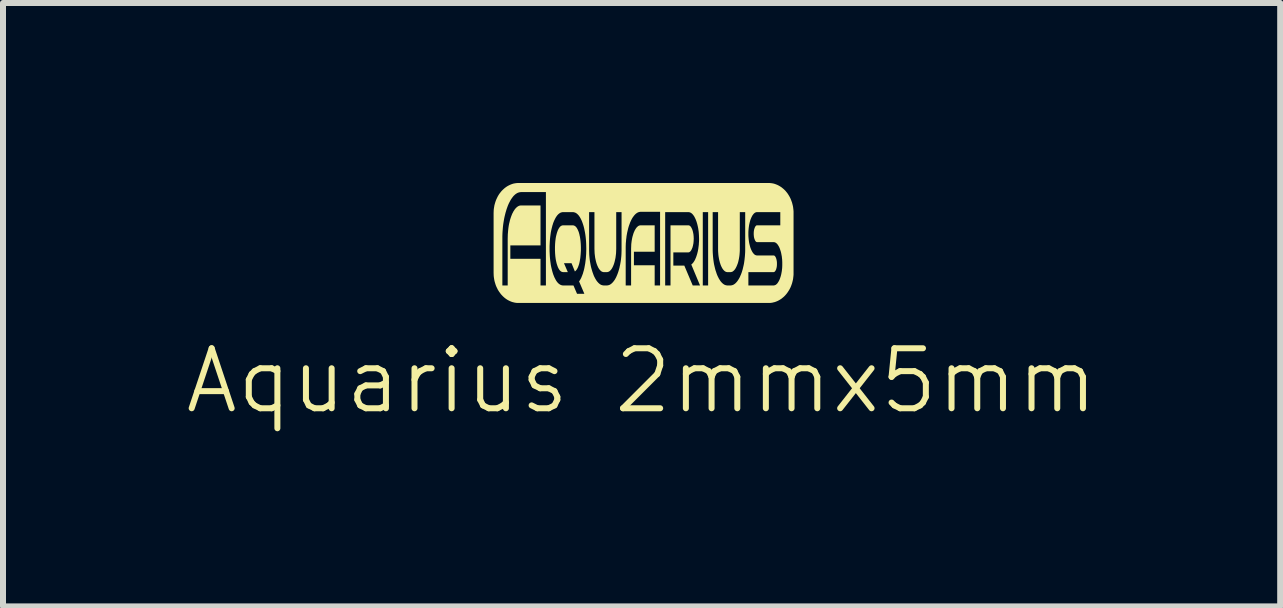
<source format=kicad_pcb>
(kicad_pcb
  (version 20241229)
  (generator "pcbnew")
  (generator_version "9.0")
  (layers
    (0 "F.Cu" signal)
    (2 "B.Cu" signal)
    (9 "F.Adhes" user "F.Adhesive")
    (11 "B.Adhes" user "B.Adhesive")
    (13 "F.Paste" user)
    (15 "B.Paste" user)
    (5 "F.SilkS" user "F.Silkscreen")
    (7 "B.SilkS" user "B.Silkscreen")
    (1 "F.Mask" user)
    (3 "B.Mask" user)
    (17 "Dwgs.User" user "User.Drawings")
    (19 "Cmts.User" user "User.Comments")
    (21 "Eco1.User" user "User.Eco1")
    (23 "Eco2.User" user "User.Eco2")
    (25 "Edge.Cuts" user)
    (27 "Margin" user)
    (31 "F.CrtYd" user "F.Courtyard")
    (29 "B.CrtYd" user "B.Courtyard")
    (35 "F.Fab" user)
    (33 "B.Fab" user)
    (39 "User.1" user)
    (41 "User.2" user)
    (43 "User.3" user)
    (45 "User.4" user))
  (footprint "Aquarius 2mmx5mm"
    (layer "F.Cu")
    (at 7.665 2.238)
    (property "Reference" "Aquarius 2mmx5mm" (at -0.02 1.06 0) (unlocked yes) (layer "F.SilkS") (effects (font (size 1 1) (thickness 0.1))))
    (fp_poly (pts (xy -1.164 -1.532) (xy -1.159 -1.531) (xy -1.154 -1.53) (xy -1.149 -1.529) (xy -1.144 -1.527) (xy -1.139 -1.525) (xy -1.134 -1.522) (xy -1.129 -1.519) (xy -1.125 -1.516) (xy -1.12 -1.512) (xy -1.116 -1.508) (xy -1.112 -1.503) (xy -1.107 -1.498) (xy -1.103 -1.492) (xy -1.099 -1.486) (xy -1.095 -1.48) (xy -1.092 -1.473) (xy -1.088 -1.466) (xy -1.084 -1.459) (xy -1.081 -1.452) (xy -1.078 -1.444) (xy -1.074 -1.436) (xy -1.071 -1.427) (xy -1.068 -1.419) (xy -1.065 -1.41) (xy -1.062 -1.4) (xy -1.06 -1.391) (xy -1.057 -1.381) (xy -1.055 -1.371) (xy -1.053 -1.361) (xy -1.05 -1.35) (xy -1.048 -1.339) (xy -1.044 -1.316) (xy -1.041 -1.293) (xy -1.038 -1.27) (xy -1.036 -1.246) (xy -1.034 -1.221) (xy -1.033 -1.196) (xy -1.032 -1.17) (xy -1.032 -1.143) (xy -1.032 -1.11) (xy -1.034 -1.077) (xy -1.036 -1.046) (xy -1.039 -1.015) (xy -1.042 -0.986) (xy -1.047 -0.957) (xy -1.052 -0.929) (xy -1.058 -0.902) (xy -1.061 -0.889) (xy -1.065 -0.877) (xy -1.069 -0.865) (xy -1.073 -0.854) (xy -1.077 -0.843) (xy -1.081 -0.833) (xy -1.085 -0.824) (xy -1.09 -0.815) (xy -1.094 -0.806) (xy -1.099 -0.799) (xy -1.104 -0.791) (xy -1.109 -0.785) (xy -1.115 -0.778) (xy -1.12 -0.773) (xy -1.126 -0.768) (xy -1.132 -0.763) (xy -1.188 -0.901) (xy -1.314 -0.901) (xy -1.25 -0.752) (xy -1.326 -0.752) (xy -1.331 -0.752) (xy -1.337 -0.753) (xy -1.342 -0.754) (xy -1.347 -0.756) (xy -1.352 -0.757) (xy -1.357 -0.76) (xy -1.361 -0.762) (xy -1.366 -0.766) (xy -1.371 -0.769) (xy -1.375 -0.773) (xy -1.38 -0.777) (xy -1.384 -0.782) (xy -1.388 -0.787) (xy -1.392 -0.793) (xy -1.396 -0.799) (xy -1.4 -0.806) (xy -1.404 -0.812) (xy -1.408 -0.819) (xy -1.411 -0.827) (xy -1.415 -0.834) (xy -1.418 -0.842) (xy -1.421 -0.851) (xy -1.424 -0.859) (xy -1.427 -0.868) (xy -1.43 -0.877) (xy -1.433 -0.886) (xy -1.436 -0.896) (xy -1.438 -0.906) (xy -1.441 -0.916) (xy -1.443 -0.926) (xy -1.448 -0.948) (xy -1.452 -0.97) (xy -1.455 -0.993) (xy -1.458 -1.017) (xy -1.46 -1.041) (xy -1.462 -1.066) (xy -1.463 -1.091) (xy -1.464 -1.117) (xy -1.464 -1.143) (xy -1.464 -1.17) (xy -1.463 -1.196) (xy -1.462 -1.221) (xy -1.46 -1.246) (xy -1.458 -1.27) (xy -1.455 -1.293) (xy -1.452 -1.316) (xy -1.448 -1.339) (xy -1.443 -1.361) (xy -1.438 -1.381) (xy -1.433 -1.4) (xy -1.427 -1.419) (xy -1.421 -1.436) (xy -1.418 -1.444) (xy -1.415 -1.452) (xy -1.411 -1.459) (xy -1.408 -1.466) (xy -1.404 -1.473) (xy -1.4 -1.48) (xy -1.396 -1.486) (xy -1.392 -1.492) (xy -1.388 -1.498) (xy -1.384 -1.503) (xy -1.38 -1.508) (xy -1.375 -1.512) (xy -1.371 -1.516) (xy -1.366 -1.519) (xy -1.361 -1.522) (xy -1.357 -1.525) (xy -1.352 -1.527) (xy -1.347 -1.529) (xy -1.344 -1.53) (xy -1.342 -1.53) (xy -1.339 -1.531) (xy -1.337 -1.531) (xy -1.331 -1.532) (xy -1.326 -1.532) (xy -1.17 -1.532)) (stroke (width -0.000001) (type solid)) (fill yes) (layer "F.SilkS"))
    (fp_poly (pts (xy 2.118 -2.237) (xy 2.139 -2.235) (xy 2.16 -2.232) (xy 2.18 -2.228) (xy 2.201 -2.222) (xy 2.22 -2.215) (xy 2.24 -2.207) (xy 2.259 -2.198) (xy 2.277 -2.188) (xy 2.295 -2.177) (xy 2.313 -2.165) (xy 2.329 -2.152) (xy 2.346 -2.138) (xy 2.362 -2.123) (xy 2.377 -2.108) (xy 2.391 -2.091) (xy 2.405 -2.074) (xy 2.418 -2.056) (xy 2.43 -2.037) (xy 2.442 -2.017) (xy 2.453 -1.997) (xy 2.463 -1.976) (xy 2.472 -1.954) (xy 2.48 -1.932) (xy 2.488 -1.91) (xy 2.494 -1.886) (xy 2.5 -1.863) (xy 2.505 -1.838) (xy 2.508 -1.814) (xy 2.511 -1.789) (xy 2.513 -1.763) (xy 2.513 -1.738) (xy 2.513 -0.738) (xy 2.513 -0.712) (xy 2.511 -0.687) (xy 2.508 -0.662) (xy 2.505 -0.637) (xy 2.5 -0.613) (xy 2.494 -0.589) (xy 2.488 -0.566) (xy 2.48 -0.543) (xy 2.472 -0.521) (xy 2.463 -0.499) (xy 2.453 -0.479) (xy 2.442 -0.458) (xy 2.43 -0.439) (xy 2.418 -0.42) (xy 2.405 -0.402) (xy 2.391 -0.384) (xy 2.377 -0.368) (xy 2.362 -0.352) (xy 2.346 -0.337) (xy 2.329 -0.323) (xy 2.313 -0.31) (xy 2.295 -0.298) (xy 2.277 -0.287) (xy 2.259 -0.277) (xy 2.24 -0.268) (xy 2.22 -0.26) (xy 2.201 -0.253) (xy 2.18 -0.248) (xy 2.16 -0.243) (xy 2.139 -0.24) (xy 2.118 -0.238) (xy 2.097 -0.238) (xy -2.07 -0.238) (xy -2.092 -0.238) (xy -2.113 -0.24) (xy -2.133 -0.243) (xy -2.154 -0.248) (xy -2.174 -0.253) (xy -2.194 -0.26) (xy -2.213 -0.268) (xy -2.232 -0.277) (xy -2.251 -0.287) (xy -2.269 -0.298) (xy -2.286 -0.31) (xy -2.303 -0.323) (xy -2.319 -0.337) (xy -2.335 -0.352) (xy -2.35 -0.368) (xy -2.365 -0.384) (xy -2.378 -0.402) (xy -2.392 -0.42) (xy -2.404 -0.439) (xy -2.416 -0.458) (xy -2.426 -0.479) (xy -2.436 -0.499) (xy -2.446 -0.521) (xy -2.454 -0.543) (xy -2.461 -0.566) (xy -2.468 -0.589) (xy -2.474 -0.613) (xy -2.478 -0.637) (xy -2.482 -0.662) (xy -2.485 -0.687) (xy -2.486 -0.712) (xy -2.487 -0.738) (xy -2.487 -1.308) (xy -2.341 -1.308) (xy -2.341 -0.53) (xy -2.252 -0.53) (xy -2.252 -1.308) (xy -2.251 -1.346) (xy -2.25 -1.383) (xy -2.247 -1.419) (xy -2.244 -1.454) (xy -2.24 -1.489) (xy -2.235 -1.523) (xy -2.229 -1.556) (xy -2.221 -1.588) (xy -2.214 -1.619) (xy -2.205 -1.648) (xy -2.196 -1.675) (xy -2.186 -1.701) (xy -2.181 -1.714) (xy -2.176 -1.726) (xy -2.17 -1.737) (xy -2.164 -1.748) (xy -2.159 -1.759) (xy -2.153 -1.769) (xy -2.146 -1.779) (xy -2.14 -1.789) (xy -2.134 -1.798) (xy -2.127 -1.806) (xy -2.121 -1.814) (xy -2.114 -1.821) (xy -2.107 -1.828) (xy -2.1 -1.834) (xy -2.093 -1.84) (xy -2.086 -1.845) (xy -2.079 -1.849) (xy -2.072 -1.853) (xy -2.065 -1.856) (xy -2.058 -1.859) (xy -2.05 -1.861) (xy -2.043 -1.862) (xy -2.035 -1.863) (xy -2.028 -1.863) (xy -1.705 -1.863) (xy -1.705 -1.197) (xy -2.208 -1.197) (xy -2.208 -0.974) (xy -1.705 -0.974) (xy -1.705 -0.53) (xy -1.615 -0.53) (xy -1.615 -1.143) (xy -1.554 -1.143) (xy -1.554 -1.102) (xy -1.552 -1.061) (xy -1.55 -1.021) (xy -1.547 -0.982) (xy -1.543 -0.944) (xy -1.538 -0.907) (xy -1.533 -0.871) (xy -1.526 -0.836) (xy -1.518 -0.802) (xy -1.51 -0.77) (xy -1.501 -0.739) (xy -1.492 -0.711) (xy -1.481 -0.684) (xy -1.476 -0.671) (xy -1.47 -0.658) (xy -1.464 -0.647) (xy -1.458 -0.635) (xy -1.452 -0.624) (xy -1.446 -0.613) (xy -1.439 -0.603) (xy -1.433 -0.594) (xy -1.426 -0.585) (xy -1.419 -0.577) (xy -1.412 -0.569) (xy -1.405 -0.563) (xy -1.397 -0.556) (xy -1.39 -0.551) (xy -1.382 -0.546) (xy -1.375 -0.542) (xy -1.367 -0.538) (xy -1.359 -0.535) (xy -1.351 -0.533) (xy -1.343 -0.531) (xy -1.334 -0.53) (xy -1.326 -0.53) (xy -1.156 -0.53) (xy -1.096 -0.39) (xy -0.974 -0.39) (xy -1.062 -0.597) (xy -1.055 -0.607) (xy -1.048 -0.617) (xy -1.042 -0.628) (xy -1.035 -0.64) (xy -1.029 -0.652) (xy -1.023 -0.664) (xy -1.018 -0.678) (xy -1.012 -0.691) (xy -1.007 -0.706) (xy -1.001 -0.72) (xy -0.996 -0.736) (xy -0.992 -0.751) (xy -0.987 -0.768) (xy -0.982 -0.785) (xy -0.978 -0.802) (xy -0.974 -0.82) (xy -0.967 -0.857) (xy -0.96 -0.895) (xy -0.955 -0.934) (xy -0.95 -0.974) (xy -0.947 -1.015) (xy -0.944 -1.056) (xy -0.943 -1.099) (xy -0.942 -1.141) (xy -0.895 -1.141) (xy -0.895 -1.11) (xy -0.894 -1.079) (xy -0.893 -1.048) (xy -0.891 -1.019) (xy -0.888 -0.989) (xy -0.885 -0.961) (xy -0.881 -0.932) (xy -0.876 -0.904) (xy -0.871 -0.877) (xy -0.866 -0.851) (xy -0.86 -0.826) (xy -0.853 -0.801) (xy -0.846 -0.777) (xy -0.839 -0.754) (xy -0.831 -0.732) (xy -0.823 -0.71) (xy -0.815 -0.689) (xy -0.806 -0.67) (xy -0.801 -0.661) (xy -0.796 -0.652) (xy -0.792 -0.643) (xy -0.787 -0.635) (xy -0.782 -0.627) (xy -0.777 -0.619) (xy -0.772 -0.611) (xy -0.767 -0.604) (xy -0.761 -0.597) (xy -0.756 -0.59) (xy -0.75 -0.584) (xy -0.745 -0.578) (xy -0.739 -0.572) (xy -0.734 -0.567) (xy -0.728 -0.562) (xy -0.722 -0.557) (xy -0.717 -0.553) (xy -0.711 -0.549) (xy -0.705 -0.545) (xy -0.699 -0.542) (xy -0.693 -0.539) (xy -0.687 -0.537) (xy -0.681 -0.535) (xy -0.674 -0.533) (xy -0.668 -0.532) (xy -0.662 -0.531) (xy -0.656 -0.53) (xy -0.649 -0.53) (xy -0.6 -0.53) (xy -0.593 -0.53) (xy -0.587 -0.531) (xy -0.581 -0.532) (xy -0.575 -0.533) (xy -0.568 -0.535) (xy -0.562 -0.537) (xy -0.556 -0.539) (xy -0.55 -0.542) (xy -0.544 -0.545) (xy -0.538 -0.549) (xy -0.533 -0.553) (xy -0.527 -0.557) (xy -0.521 -0.562) (xy -0.515 -0.567) (xy -0.51 -0.572) (xy -0.504 -0.578) (xy -0.499 -0.584) (xy -0.493 -0.59) (xy -0.488 -0.597) (xy -0.483 -0.604) (xy -0.477 -0.611) (xy -0.472 -0.619) (xy -0.467 -0.626) (xy -0.462 -0.634) (xy -0.457 -0.643) (xy -0.453 -0.651) (xy -0.448 -0.66) (xy -0.443 -0.669) (xy -0.439 -0.679) (xy -0.435 -0.689) (xy -0.43 -0.699) (xy -0.426 -0.709) (xy -0.418 -0.73) (xy -0.41 -0.752) (xy -0.403 -0.775) (xy -0.396 -0.799) (xy -0.389 -0.824) (xy -0.384 -0.85) (xy -0.378 -0.876) (xy -0.373 -0.903) (xy -0.368 -0.931) (xy -0.364 -0.96) (xy -0.361 -0.989) (xy -0.358 -1.018) (xy -0.356 -1.048) (xy -0.355 -1.079) (xy -0.354 -1.11) (xy -0.354 -1.141) (xy -0.285 -1.141) (xy -0.285 -0.53) (xy -0.195 -0.53) (xy -0.195 -1.141) (xy -0.194 -1.168) (xy -0.193 -1.194) (xy -0.192 -1.22) (xy -0.189 -1.245) (xy -0.186 -1.269) (xy -0.182 -1.293) (xy -0.178 -1.315) (xy -0.173 -1.338) (xy -0.167 -1.359) (xy -0.161 -1.379) (xy -0.155 -1.399) (xy -0.148 -1.417) (xy -0.14 -1.434) (xy -0.137 -1.442) (xy -0.133 -1.45) (xy -0.128 -1.458) (xy -0.124 -1.465) (xy -0.12 -1.472) (xy -0.115 -1.479) (xy -0.111 -1.485) (xy -0.106 -1.491) (xy -0.102 -1.497) (xy -0.097 -1.502) (xy -0.092 -1.507) (xy -0.087 -1.511) (xy -0.082 -1.515) (xy -0.078 -1.519) (xy -0.072 -1.522) (xy -0.067 -1.525) (xy -0.062 -1.527) (xy -0.057 -1.529) (xy -0.052 -1.53) (xy -0.046 -1.531) (xy -0.041 -1.532) (xy -0.035 -1.532) (xy 0.198 -1.532) (xy 0.198 -1.092) (xy -0.148 -1.092) (xy -0.148 -0.866) (xy 0.198 -0.866) (xy 0.198 -0.53) (xy 0.288 -0.53) (xy 0.373 -0.53) (xy 0.462 -0.53) (xy 0.462 -1.532) (xy 0.758 -1.532) (xy 0.76 -1.532) (xy 0.763 -1.532) (xy 0.765 -1.532) (xy 0.767 -1.531) (xy 0.77 -1.531) (xy 0.772 -1.53) (xy 0.774 -1.529) (xy 0.776 -1.528) (xy 0.778 -1.527) (xy 0.781 -1.526) (xy 0.783 -1.525) (xy 0.785 -1.523) (xy 0.787 -1.521) (xy 0.789 -1.52) (xy 0.791 -1.518) (xy 0.793 -1.516) (xy 0.795 -1.514) (xy 0.797 -1.512) (xy 0.799 -1.509) (xy 0.801 -1.507) (xy 0.805 -1.501) (xy 0.808 -1.495) (xy 0.812 -1.489) (xy 0.815 -1.482) (xy 0.819 -1.475) (xy 0.822 -1.467) (xy 0.826 -1.458) (xy 0.829 -1.45) (xy 0.831 -1.441) (xy 0.834 -1.432) (xy 0.836 -1.423) (xy 0.838 -1.414) (xy 0.84 -1.404) (xy 0.842 -1.394) (xy 0.844 -1.384) (xy 0.845 -1.374) (xy 0.846 -1.363) (xy 0.847 -1.353) (xy 0.848 -1.342) (xy 0.848 -1.331) (xy 0.849 -1.319) (xy 0.849 -1.308) (xy 0.848 -1.285) (xy 0.847 -1.264) (xy 0.845 -1.243) (xy 0.844 -1.232) (xy 0.842 -1.222) (xy 0.84 -1.213) (xy 0.838 -1.203) (xy 0.836 -1.193) (xy 0.834 -1.184) (xy 0.831 -1.175) (xy 0.829 -1.166) (xy 0.826 -1.157) (xy 0.822 -1.149) (xy 0.819 -1.141) (xy 0.815 -1.133) (xy 0.812 -1.126) (xy 0.808 -1.119) (xy 0.805 -1.113) (xy 0.801 -1.108) (xy 0.797 -1.103) (xy 0.793 -1.098) (xy 0.789 -1.094) (xy 0.785 -1.091) (xy 0.781 -1.088) (xy 0.776 -1.085) (xy 0.772 -1.083) (xy 0.767 -1.082) (xy 0.763 -1.081) (xy 0.758 -1.081) (xy 0.509 -1.081) (xy 0.509 -0.861) (xy 0.692 -0.861) (xy 0.832 -0.53) (xy 0.954 -0.53) (xy 1 -0.53) (xy 1.089 -0.53) (xy 1.089 -1.141) (xy 1.165 -1.141) (xy 1.165 -1.11) (xy 1.166 -1.079) (xy 1.168 -1.048) (xy 1.17 -1.019) (xy 1.173 -0.989) (xy 1.176 -0.961) (xy 1.18 -0.932) (xy 1.184 -0.904) (xy 1.189 -0.877) (xy 1.195 -0.851) (xy 1.201 -0.826) (xy 1.207 -0.801) (xy 1.214 -0.777) (xy 1.222 -0.754) (xy 1.229 -0.732) (xy 1.237 -0.71) (xy 1.246 -0.689) (xy 1.255 -0.67) (xy 1.26 -0.661) (xy 1.264 -0.652) (xy 1.269 -0.643) (xy 1.274 -0.635) (xy 1.279 -0.627) (xy 1.284 -0.619) (xy 1.289 -0.611) (xy 1.294 -0.604) (xy 1.299 -0.597) (xy 1.305 -0.59) (xy 1.31 -0.584) (xy 1.316 -0.578) (xy 1.321 -0.572) (xy 1.327 -0.567) (xy 1.333 -0.562) (xy 1.338 -0.557) (xy 1.344 -0.553) (xy 1.35 -0.549) (xy 1.356 -0.545) (xy 1.362 -0.542) (xy 1.368 -0.539) (xy 1.374 -0.537) (xy 1.38 -0.535) (xy 1.386 -0.533) (xy 1.392 -0.532) (xy 1.399 -0.531) (xy 1.405 -0.53) (xy 1.411 -0.53) (xy 1.461 -0.53) (xy 1.467 -0.53) (xy 1.473 -0.531) (xy 1.48 -0.532) (xy 1.486 -0.533) (xy 1.492 -0.535) (xy 1.498 -0.537) (xy 1.504 -0.539) (xy 1.51 -0.542) (xy 1.516 -0.545) (xy 1.522 -0.549) (xy 1.528 -0.553) (xy 1.534 -0.557) (xy 1.54 -0.562) (xy 1.545 -0.567) (xy 1.551 -0.572) (xy 1.556 -0.578) (xy 1.562 -0.584) (xy 1.567 -0.59) (xy 1.573 -0.597) (xy 1.578 -0.604) (xy 1.583 -0.611) (xy 1.588 -0.619) (xy 1.593 -0.626) (xy 1.598 -0.634) (xy 1.603 -0.643) (xy 1.608 -0.651) (xy 1.613 -0.66) (xy 1.617 -0.669) (xy 1.622 -0.679) (xy 1.626 -0.689) (xy 1.63 -0.699) (xy 1.635 -0.709) (xy 1.643 -0.73) (xy 1.651 -0.752) (xy 1.658 -0.775) (xy 1.665 -0.799) (xy 1.671 -0.824) (xy 1.677 -0.85) (xy 1.683 -0.876) (xy 1.688 -0.903) (xy 1.692 -0.931) (xy 1.696 -0.96) (xy 1.699 -0.989) (xy 1.702 -1.018) (xy 1.704 -1.048) (xy 1.706 -1.079) (xy 1.707 -1.11) (xy 1.707 -1.141) (xy 1.707 -1.392) (xy 1.76 -1.392) (xy 1.76 -1.368) (xy 1.761 -1.343) (xy 1.763 -1.32) (xy 1.765 -1.297) (xy 1.768 -1.274) (xy 1.771 -1.252) (xy 1.775 -1.231) (xy 1.78 -1.21) (xy 1.785 -1.19) (xy 1.79 -1.171) (xy 1.796 -1.153) (xy 1.803 -1.136) (xy 1.806 -1.128) (xy 1.81 -1.12) (xy 1.813 -1.113) (xy 1.817 -1.105) (xy 1.821 -1.098) (xy 1.824 -1.092) (xy 1.828 -1.085) (xy 1.832 -1.079) (xy 1.837 -1.073) (xy 1.841 -1.067) (xy 1.845 -1.062) (xy 1.849 -1.058) (xy 1.854 -1.053) (xy 1.858 -1.049) (xy 1.862 -1.045) (xy 1.867 -1.042) (xy 1.871 -1.039) (xy 1.876 -1.037) (xy 1.881 -1.035) (xy 1.885 -1.033) (xy 1.89 -1.032) (xy 1.895 -1.031) (xy 1.9 -1.03) (xy 1.905 -1.03) (xy 2.18 -1.03) (xy 2.181 -1.03) (xy 2.183 -1.03) (xy 2.184 -1.03) (xy 2.185 -1.029) (xy 2.187 -1.029) (xy 2.188 -1.029) (xy 2.19 -1.028) (xy 2.191 -1.027) (xy 2.192 -1.027) (xy 2.194 -1.026) (xy 2.195 -1.025) (xy 2.196 -1.024) (xy 2.198 -1.023) (xy 2.199 -1.022) (xy 2.2 -1.021) (xy 2.201 -1.02) (xy 2.203 -1.018) (xy 2.204 -1.017) (xy 2.205 -1.015) (xy 2.206 -1.014) (xy 2.209 -1.011) (xy 2.211 -1.007) (xy 2.213 -1.003) (xy 2.215 -0.999) (xy 2.218 -0.994) (xy 2.22 -0.989) (xy 2.222 -0.984) (xy 2.224 -0.978) (xy 2.225 -0.973) (xy 2.227 -0.967) (xy 2.228 -0.962) (xy 2.23 -0.956) (xy 2.231 -0.95) (xy 2.232 -0.944) (xy 2.233 -0.937) (xy 2.234 -0.931) (xy 2.235 -0.924) (xy 2.235 -0.918) (xy 2.236 -0.911) (xy 2.236 -0.904) (xy 2.236 -0.897) (xy 2.236 -0.89) (xy 2.236 -0.876) (xy 2.235 -0.862) (xy 2.235 -0.856) (xy 2.234 -0.849) (xy 2.233 -0.843) (xy 2.232 -0.837) (xy 2.231 -0.831) (xy 2.23 -0.825) (xy 2.228 -0.819) (xy 2.227 -0.813) (xy 2.225 -0.808) (xy 2.224 -0.803) (xy 2.222 -0.797) (xy 2.22 -0.792) (xy 2.218 -0.787) (xy 2.215 -0.783) (xy 2.213 -0.779) (xy 2.211 -0.775) (xy 2.209 -0.771) (xy 2.206 -0.768) (xy 2.204 -0.765) (xy 2.201 -0.762) (xy 2.199 -0.76) (xy 2.196 -0.758) (xy 2.194 -0.756) (xy 2.191 -0.755) (xy 2.188 -0.754) (xy 2.185 -0.753) (xy 2.183 -0.752) (xy 2.18 -0.752) (xy 1.76 -0.752) (xy 1.76 -0.53) (xy 2.18 -0.53) (xy 2.185 -0.53) (xy 2.19 -0.531) (xy 2.195 -0.532) (xy 2.199 -0.533) (xy 2.204 -0.535) (xy 2.209 -0.537) (xy 2.214 -0.539) (xy 2.218 -0.542) (xy 2.223 -0.545) (xy 2.227 -0.549) (xy 2.232 -0.553) (xy 2.236 -0.557) (xy 2.241 -0.562) (xy 2.245 -0.567) (xy 2.249 -0.573) (xy 2.253 -0.579) (xy 2.257 -0.585) (xy 2.261 -0.592) (xy 2.265 -0.598) (xy 2.269 -0.605) (xy 2.273 -0.613) (xy 2.276 -0.62) (xy 2.28 -0.628) (xy 2.283 -0.636) (xy 2.286 -0.644) (xy 2.289 -0.653) (xy 2.292 -0.661) (xy 2.295 -0.67) (xy 2.298 -0.68) (xy 2.301 -0.689) (xy 2.303 -0.699) (xy 2.306 -0.709) (xy 2.31 -0.729) (xy 2.314 -0.751) (xy 2.318 -0.772) (xy 2.32 -0.795) (xy 2.323 -0.818) (xy 2.324 -0.841) (xy 2.325 -0.865) (xy 2.325 -0.89) (xy 2.325 -0.915) (xy 2.324 -0.939) (xy 2.323 -0.962) (xy 2.32 -0.986) (xy 2.318 -1.008) (xy 2.314 -1.03) (xy 2.31 -1.051) (xy 2.306 -1.072) (xy 2.301 -1.092) (xy 2.295 -1.111) (xy 2.289 -1.129) (xy 2.283 -1.146) (xy 2.28 -1.154) (xy 2.276 -1.162) (xy 2.273 -1.169) (xy 2.269 -1.177) (xy 2.265 -1.184) (xy 2.261 -1.191) (xy 2.257 -1.197) (xy 2.253 -1.203) (xy 2.249 -1.209) (xy 2.245 -1.215) (xy 2.241 -1.22) (xy 2.236 -1.225) (xy 2.232 -1.229) (xy 2.227 -1.233) (xy 2.223 -1.237) (xy 2.218 -1.24) (xy 2.214 -1.243) (xy 2.209 -1.245) (xy 2.204 -1.247) (xy 2.199 -1.249) (xy 2.195 -1.251) (xy 2.19 -1.251) (xy 2.185 -1.252) (xy 2.18 -1.252) (xy 1.905 -1.252) (xy 1.903 -1.252) (xy 1.902 -1.252) (xy 1.901 -1.253) (xy 1.899 -1.253) (xy 1.898 -1.253) (xy 1.896 -1.254) (xy 1.895 -1.254) (xy 1.894 -1.255) (xy 1.893 -1.255) (xy 1.891 -1.256) (xy 1.89 -1.257) (xy 1.889 -1.258) (xy 1.887 -1.259) (xy 1.886 -1.26) (xy 1.885 -1.261) (xy 1.884 -1.263) (xy 1.882 -1.264) (xy 1.881 -1.265) (xy 1.88 -1.267) (xy 1.879 -1.268) (xy 1.877 -1.272) (xy 1.874 -1.275) (xy 1.872 -1.279) (xy 1.87 -1.284) (xy 1.868 -1.288) (xy 1.866 -1.293) (xy 1.864 -1.299) (xy 1.862 -1.304) (xy 1.86 -1.309) (xy 1.858 -1.315) (xy 1.857 -1.321) (xy 1.855 -1.327) (xy 1.854 -1.332) (xy 1.853 -1.339) (xy 1.852 -1.345) (xy 1.851 -1.351) (xy 1.851 -1.358) (xy 1.85 -1.364) (xy 1.85 -1.371) (xy 1.849 -1.378) (xy 1.849 -1.385) (xy 1.849 -1.392) (xy 1.849 -1.406) (xy 1.85 -1.42) (xy 1.851 -1.433) (xy 1.852 -1.44) (xy 1.853 -1.446) (xy 1.854 -1.452) (xy 1.855 -1.458) (xy 1.857 -1.464) (xy 1.858 -1.469) (xy 1.86 -1.475) (xy 1.862 -1.481) (xy 1.864 -1.486) (xy 1.866 -1.491) (xy 1.868 -1.496) (xy 1.87 -1.501) (xy 1.872 -1.505) (xy 1.874 -1.509) (xy 1.877 -1.513) (xy 1.879 -1.516) (xy 1.881 -1.519) (xy 1.884 -1.522) (xy 1.886 -1.524) (xy 1.889 -1.526) (xy 1.891 -1.528) (xy 1.894 -1.53) (xy 1.896 -1.531) (xy 1.899 -1.532) (xy 1.902 -1.532) (xy 1.905 -1.532) (xy 2.292 -1.532) (xy 2.292 -1.752) (xy 1.905 -1.752) (xy 1.9 -1.752) (xy 1.895 -1.751) (xy 1.89 -1.751) (xy 1.885 -1.749) (xy 1.881 -1.747) (xy 1.876 -1.745) (xy 1.871 -1.743) (xy 1.867 -1.74) (xy 1.862 -1.737) (xy 1.858 -1.733) (xy 1.854 -1.729) (xy 1.849 -1.725) (xy 1.845 -1.72) (xy 1.841 -1.715) (xy 1.837 -1.709) (xy 1.832 -1.703) (xy 1.828 -1.697) (xy 1.824 -1.691) (xy 1.821 -1.684) (xy 1.817 -1.677) (xy 1.813 -1.669) (xy 1.81 -1.662) (xy 1.806 -1.654) (xy 1.803 -1.646) (xy 1.8 -1.638) (xy 1.796 -1.629) (xy 1.793 -1.62) (xy 1.79 -1.611) (xy 1.788 -1.602) (xy 1.785 -1.592) (xy 1.782 -1.582) (xy 1.78 -1.572) (xy 1.775 -1.551) (xy 1.771 -1.53) (xy 1.768 -1.508) (xy 1.765 -1.486) (xy 1.763 -1.463) (xy 1.761 -1.44) (xy 1.76 -1.416) (xy 1.76 -1.392) (xy 1.707 -1.392) (xy 1.707 -1.752) (xy 1.617 -1.752) (xy 1.617 -1.141) (xy 1.617 -1.115) (xy 1.616 -1.089) (xy 1.614 -1.064) (xy 1.612 -1.039) (xy 1.609 -1.015) (xy 1.605 -0.991) (xy 1.601 -0.968) (xy 1.596 -0.946) (xy 1.591 -0.924) (xy 1.585 -0.903) (xy 1.578 -0.884) (xy 1.571 -0.866) (xy 1.564 -0.849) (xy 1.56 -0.841) (xy 1.556 -0.833) (xy 1.552 -0.825) (xy 1.548 -0.818) (xy 1.544 -0.811) (xy 1.54 -0.804) (xy 1.535 -0.798) (xy 1.531 -0.792) (xy 1.526 -0.787) (xy 1.522 -0.782) (xy 1.517 -0.777) (xy 1.512 -0.773) (xy 1.507 -0.769) (xy 1.503 -0.765) (xy 1.498 -0.762) (xy 1.493 -0.76) (xy 1.487 -0.757) (xy 1.482 -0.756) (xy 1.477 -0.754) (xy 1.472 -0.753) (xy 1.466 -0.752) (xy 1.461 -0.752) (xy 1.411 -0.752) (xy 1.406 -0.752) (xy 1.401 -0.753) (xy 1.395 -0.754) (xy 1.39 -0.756) (xy 1.385 -0.757) (xy 1.38 -0.76) (xy 1.375 -0.762) (xy 1.37 -0.765) (xy 1.365 -0.769) (xy 1.36 -0.773) (xy 1.356 -0.777) (xy 1.351 -0.782) (xy 1.346 -0.787) (xy 1.342 -0.792) (xy 1.337 -0.798) (xy 1.333 -0.804) (xy 1.328 -0.811) (xy 1.324 -0.818) (xy 1.32 -0.825) (xy 1.316 -0.833) (xy 1.312 -0.841) (xy 1.308 -0.849) (xy 1.304 -0.857) (xy 1.301 -0.866) (xy 1.297 -0.875) (xy 1.294 -0.884) (xy 1.291 -0.894) (xy 1.288 -0.903) (xy 1.284 -0.914) (xy 1.282 -0.924) (xy 1.279 -0.935) (xy 1.276 -0.946) (xy 1.271 -0.968) (xy 1.267 -0.991) (xy 1.263 -1.015) (xy 1.26 -1.039) (xy 1.258 -1.064) (xy 1.256 -1.089) (xy 1.255 -1.115) (xy 1.255 -1.141) (xy 1.255 -1.752) (xy 1.165 -1.752) (xy 1.165 -1.141) (xy 1.089 -1.141) (xy 1.089 -1.752) (xy 1 -1.752) (xy 1 -0.53) (xy 0.954 -0.53) (xy 0.808 -0.879) (xy 0.813 -0.882) (xy 0.818 -0.886) (xy 0.822 -0.89) (xy 0.827 -0.895) (xy 0.831 -0.899) (xy 0.835 -0.904) (xy 0.84 -0.909) (xy 0.844 -0.915) (xy 0.848 -0.921) (xy 0.852 -0.927) (xy 0.856 -0.933) (xy 0.86 -0.94) (xy 0.864 -0.946) (xy 0.868 -0.954) (xy 0.872 -0.961) (xy 0.875 -0.969) (xy 0.882 -0.985) (xy 0.889 -1.002) (xy 0.895 -1.02) (xy 0.901 -1.038) (xy 0.907 -1.058) (xy 0.912 -1.078) (xy 0.917 -1.098) (xy 0.921 -1.12) (xy 0.925 -1.142) (xy 0.928 -1.165) (xy 0.931 -1.188) (xy 0.934 -1.211) (xy 0.935 -1.234) (xy 0.937 -1.259) (xy 0.938 -1.283) (xy 0.938 -1.308) (xy 0.937 -1.338) (xy 0.936 -1.368) (xy 0.934 -1.396) (xy 0.932 -1.425) (xy 0.928 -1.452) (xy 0.924 -1.479) (xy 0.919 -1.505) (xy 0.913 -1.531) (xy 0.907 -1.556) (xy 0.9 -1.579) (xy 0.893 -1.601) (xy 0.885 -1.622) (xy 0.881 -1.632) (xy 0.877 -1.641) (xy 0.872 -1.651) (xy 0.868 -1.66) (xy 0.863 -1.668) (xy 0.859 -1.677) (xy 0.854 -1.685) (xy 0.849 -1.692) (xy 0.844 -1.699) (xy 0.839 -1.706) (xy 0.833 -1.713) (xy 0.828 -1.718) (xy 0.823 -1.724) (xy 0.817 -1.729) (xy 0.812 -1.733) (xy 0.806 -1.737) (xy 0.8 -1.741) (xy 0.794 -1.744) (xy 0.789 -1.746) (xy 0.783 -1.748) (xy 0.777 -1.75) (xy 0.77 -1.751) (xy 0.764 -1.752) (xy 0.758 -1.752) (xy 0.373 -1.752) (xy 0.373 -0.53) (xy 0.288 -0.53) (xy 0.288 -1.757) (xy -0.035 -1.757) (xy -0.042 -1.757) (xy -0.048 -1.756) (xy -0.054 -1.755) (xy -0.061 -1.754) (xy -0.067 -1.752) (xy -0.073 -1.75) (xy -0.079 -1.748) (xy -0.085 -1.745) (xy -0.091 -1.742) (xy -0.097 -1.738) (xy -0.103 -1.734) (xy -0.109 -1.73) (xy -0.115 -1.725) (xy -0.121 -1.72) (xy -0.126 -1.715) (xy -0.132 -1.709) (xy -0.138 -1.703) (xy -0.143 -1.696) (xy -0.149 -1.69) (xy -0.154 -1.683) (xy -0.159 -1.675) (xy -0.165 -1.668) (xy -0.17 -1.66) (xy -0.175 -1.652) (xy -0.18 -1.644) (xy -0.185 -1.635) (xy -0.189 -1.626) (xy -0.194 -1.617) (xy -0.199 -1.607) (xy -0.203 -1.597) (xy -0.208 -1.587) (xy -0.212 -1.577) (xy -0.22 -1.555) (xy -0.228 -1.533) (xy -0.236 -1.509) (xy -0.243 -1.485) (xy -0.249 -1.46) (xy -0.255 -1.434) (xy -0.261 -1.408) (xy -0.266 -1.38) (xy -0.271 -1.352) (xy -0.274 -1.323) (xy -0.278 -1.294) (xy -0.28 -1.264) (xy -0.283 -1.234) (xy -0.284 -1.204) (xy -0.285 -1.173) (xy -0.285 -1.141) (xy -0.354 -1.141) (xy -0.354 -1.752) (xy -0.443 -1.752) (xy -0.443 -1.141) (xy -0.444 -1.115) (xy -0.445 -1.089) (xy -0.446 -1.064) (xy -0.449 -1.039) (xy -0.452 -1.015) (xy -0.455 -0.991) (xy -0.46 -0.968) (xy -0.465 -0.946) (xy -0.47 -0.924) (xy -0.476 -0.903) (xy -0.482 -0.884) (xy -0.489 -0.866) (xy -0.493 -0.857) (xy -0.496 -0.849) (xy -0.5 -0.841) (xy -0.504 -0.833) (xy -0.508 -0.825) (xy -0.512 -0.818) (xy -0.516 -0.811) (xy -0.521 -0.804) (xy -0.525 -0.798) (xy -0.53 -0.792) (xy -0.534 -0.787) (xy -0.539 -0.782) (xy -0.544 -0.777) (xy -0.548 -0.773) (xy -0.553 -0.769) (xy -0.558 -0.765) (xy -0.563 -0.762) (xy -0.568 -0.76) (xy -0.573 -0.757) (xy -0.578 -0.756) (xy -0.584 -0.754) (xy -0.589 -0.753) (xy -0.594 -0.752) (xy -0.6 -0.752) (xy -0.649 -0.752) (xy -0.655 -0.752) (xy -0.66 -0.753) (xy -0.665 -0.754) (xy -0.67 -0.756) (xy -0.675 -0.757) (xy -0.681 -0.76) (xy -0.686 -0.762) (xy -0.69 -0.765) (xy -0.695 -0.769) (xy -0.7 -0.773) (xy -0.705 -0.777) (xy -0.71 -0.782) (xy -0.714 -0.787) (xy -0.719 -0.792) (xy -0.723 -0.798) (xy -0.728 -0.804) (xy -0.732 -0.811) (xy -0.737 -0.818) (xy -0.741 -0.825) (xy -0.745 -0.833) (xy -0.749 -0.841) (xy -0.752 -0.849) (xy -0.756 -0.857) (xy -0.76 -0.866) (xy -0.763 -0.875) (xy -0.767 -0.884) (xy -0.77 -0.894) (xy -0.773 -0.903) (xy -0.776 -0.914) (xy -0.779 -0.924) (xy -0.782 -0.935) (xy -0.784 -0.946) (xy -0.789 -0.968) (xy -0.794 -0.991) (xy -0.797 -1.015) (xy -0.8 -1.039) (xy -0.803 -1.064) (xy -0.804 -1.089) (xy -0.805 -1.115) (xy -0.806 -1.141) (xy -0.806 -1.752) (xy -0.895 -1.752) (xy -0.895 -1.141) (xy -0.942 -1.141) (xy -0.942 -1.143) (xy -0.943 -1.185) (xy -0.944 -1.226) (xy -0.946 -1.266) (xy -0.949 -1.304) (xy -0.953 -1.342) (xy -0.958 -1.379) (xy -0.964 -1.415) (xy -0.971 -1.45) (xy -0.978 -1.484) (xy -0.986 -1.515) (xy -0.995 -1.545) (xy -1.005 -1.574) (xy -1.015 -1.601) (xy -1.02 -1.613) (xy -1.026 -1.625) (xy -1.032 -1.637) (xy -1.038 -1.649) (xy -1.044 -1.66) (xy -1.05 -1.67) (xy -1.057 -1.68) (xy -1.063 -1.689) (xy -1.07 -1.698) (xy -1.077 -1.706) (xy -1.084 -1.713) (xy -1.091 -1.72) (xy -1.098 -1.726) (xy -1.106 -1.732) (xy -1.113 -1.736) (xy -1.121 -1.741) (xy -1.129 -1.744) (xy -1.137 -1.747) (xy -1.145 -1.749) (xy -1.153 -1.751) (xy -1.161 -1.752) (xy -1.17 -1.752) (xy -1.326 -1.752) (xy -1.334 -1.752) (xy -1.343 -1.751) (xy -1.351 -1.749) (xy -1.359 -1.747) (xy -1.367 -1.744) (xy -1.375 -1.741) (xy -1.382 -1.736) (xy -1.39 -1.732) (xy -1.397 -1.726) (xy -1.405 -1.72) (xy -1.412 -1.713) (xy -1.419 -1.706) (xy -1.426 -1.698) (xy -1.433 -1.689) (xy -1.439 -1.68) (xy -1.446 -1.67) (xy -1.452 -1.66) (xy -1.458 -1.649) (xy -1.464 -1.637) (xy -1.47 -1.625) (xy -1.476 -1.613) (xy -1.481 -1.601) (xy -1.487 -1.587) (xy -1.492 -1.574) (xy -1.497 -1.56) (xy -1.501 -1.545) (xy -1.506 -1.531) (xy -1.51 -1.515) (xy -1.514 -1.5) (xy -1.518 -1.484) (xy -1.522 -1.467) (xy -1.526 -1.45) (xy -1.533 -1.415) (xy -1.538 -1.379) (xy -1.543 -1.342) (xy -1.547 -1.304) (xy -1.55 -1.266) (xy -1.552 -1.226) (xy -1.554 -1.185) (xy -1.554 -1.143) (xy -1.615 -1.143) (xy -1.615 -2.086) (xy -2.028 -2.086) (xy -2.036 -2.085) (xy -2.044 -2.085) (xy -2.052 -2.083) (xy -2.06 -2.082) (xy -2.067 -2.08) (xy -2.075 -2.077) (xy -2.083 -2.074) (xy -2.091 -2.071) (xy -2.098 -2.067) (xy -2.106 -2.062) (xy -2.113 -2.057) (xy -2.121 -2.052) (xy -2.128 -2.046) (xy -2.135 -2.04) (xy -2.142 -2.033) (xy -2.15 -2.026) (xy -2.157 -2.018) (xy -2.164 -2.01) (xy -2.17 -2.001) (xy -2.177 -1.993) (xy -2.184 -1.983) (xy -2.19 -1.974) (xy -2.197 -1.964) (xy -2.203 -1.954) (xy -2.209 -1.943) (xy -2.215 -1.932) (xy -2.221 -1.92) (xy -2.227 -1.909) (xy -2.233 -1.897) (xy -2.239 -1.884) (xy -2.244 -1.871) (xy -2.25 -1.858) (xy -2.26 -1.83) (xy -2.27 -1.802) (xy -2.279 -1.772) (xy -2.288 -1.742) (xy -2.296 -1.71) (xy -2.304 -1.677) (xy -2.311 -1.644) (xy -2.317 -1.609) (xy -2.323 -1.573) (xy -2.328 -1.537) (xy -2.332 -1.5) (xy -2.335 -1.463) (xy -2.338 -1.425) (xy -2.34 -1.387) (xy -2.341 -1.348) (xy -2.341 -1.308) (xy -2.487 -1.308) (xy -2.487 -1.738) (xy -2.486 -1.763) (xy -2.485 -1.789) (xy -2.482 -1.814) (xy -2.478 -1.838) (xy -2.474 -1.863) (xy -2.468 -1.886) (xy -2.461 -1.91) (xy -2.454 -1.932) (xy -2.446 -1.954) (xy -2.436 -1.976) (xy -2.426 -1.997) (xy -2.416 -2.017) (xy -2.404 -2.037) (xy -2.392 -2.056) (xy -2.378 -2.074) (xy -2.365 -2.091) (xy -2.35 -2.108) (xy -2.335 -2.123) (xy -2.319 -2.138) (xy -2.303 -2.152) (xy -2.286 -2.165) (xy -2.269 -2.177) (xy -2.251 -2.188) (xy -2.232 -2.198) (xy -2.213 -2.207) (xy -2.194 -2.215) (xy -2.174 -2.222) (xy -2.154 -2.228) (xy -2.133 -2.232) (xy -2.113 -2.235) (xy -2.092 -2.237) (xy -2.07 -2.238) (xy 2.097 -2.238)) (stroke (width -0.000001) (type solid)) (fill yes) (layer "F.SilkS")))
  (gr_rect
    (start -3 -3)
    (end 18.29 7.058)
    (stroke (width 0.1) (type default))
    (fill no)
    (layer "Edge.Cuts")))
</source>
